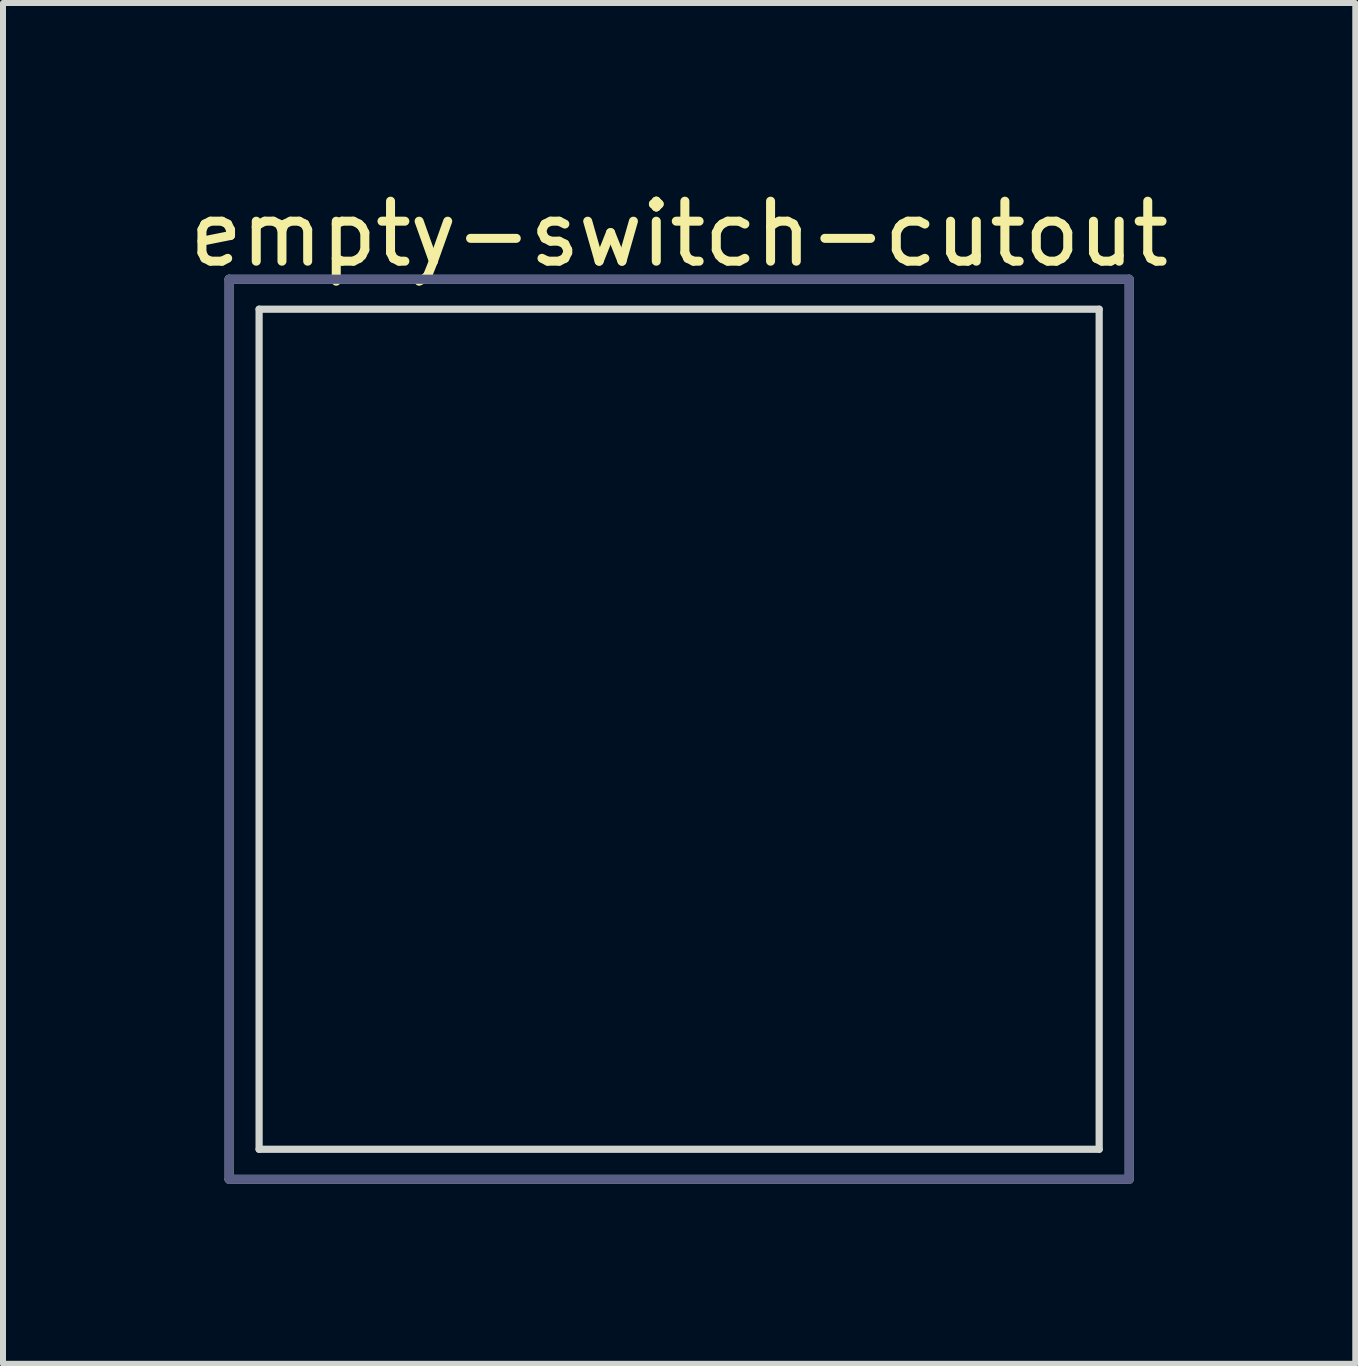
<source format=kicad_pcb>
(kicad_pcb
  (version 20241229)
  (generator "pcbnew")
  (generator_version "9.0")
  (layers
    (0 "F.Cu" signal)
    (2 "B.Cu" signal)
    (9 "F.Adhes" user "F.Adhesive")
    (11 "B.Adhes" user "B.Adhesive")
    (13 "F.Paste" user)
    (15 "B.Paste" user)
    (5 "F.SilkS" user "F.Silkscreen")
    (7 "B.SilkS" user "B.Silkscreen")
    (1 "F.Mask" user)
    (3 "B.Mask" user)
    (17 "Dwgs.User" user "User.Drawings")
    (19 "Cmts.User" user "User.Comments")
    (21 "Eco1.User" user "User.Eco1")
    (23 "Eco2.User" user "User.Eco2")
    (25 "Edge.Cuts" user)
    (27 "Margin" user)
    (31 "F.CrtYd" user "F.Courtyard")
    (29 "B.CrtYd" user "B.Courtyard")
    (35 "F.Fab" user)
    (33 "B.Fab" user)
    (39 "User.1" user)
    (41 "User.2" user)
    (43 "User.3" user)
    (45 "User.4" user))
  (footprint "empty-switch-cutout"
    (layer "F.Cu")
    (at 8.268 9.103)
    (property "Reference" "empty-switch-cutout" (at 0 -8.255 0) (layer "F.SilkS") (effects (font (size 1 1) (thickness 0.15))))
    (attr smd)
    (fp_line (start -7 -7) (end -7 7) (stroke (width 0.12) (type solid)) (layer "Edge.Cuts"))
    (fp_line (start -7 7) (end 7 7) (stroke (width 0.12) (type solid)) (layer "Edge.Cuts"))
    (fp_line (start 7 -7) (end -7 -7) (stroke (width 0.12) (type solid)) (layer "Edge.Cuts"))
    (fp_line (start 7 7) (end 7 -7) (stroke (width 0.12) (type solid)) (layer "Edge.Cuts"))
    (fp_line (start -7.5 -7.5) (end 7.5 -7.5) (stroke (width 0.15) (type solid)) (layer "B.Fab"))
    (fp_line (start -7.5 7.5) (end -7.5 -7.5) (stroke (width 0.15) (type solid)) (layer "B.Fab"))
    (fp_line (start 7.5 -7.5) (end 7.5 7.5) (stroke (width 0.15) (type solid)) (layer "B.Fab"))
    (fp_line (start 7.5 7.5) (end -7.5 7.5) (stroke (width 0.15) (type solid)) (layer "B.Fab"))
    (fp_line (start -7.5 -7.5) (end 7.5 -7.5) (stroke (width 0.15) (type solid)) (layer "F.Fab"))
    (fp_line (start -7.5 7.5) (end -7.5 -7.5) (stroke (width 0.15) (type solid)) (layer "F.Fab"))
    (fp_line (start 7.5 -7.5) (end 7.5 7.5) (stroke (width 0.15) (type solid)) (layer "F.Fab"))
    (fp_line (start 7.5 7.5) (end -7.5 7.5) (stroke (width 0.15) (type solid)) (layer "F.Fab")))
  (gr_rect
    (start -3 -3)
    (end 19.536 19.678)
    (stroke (width 0.1) (type default))
    (fill no)
    (layer "Edge.Cuts")))
</source>
